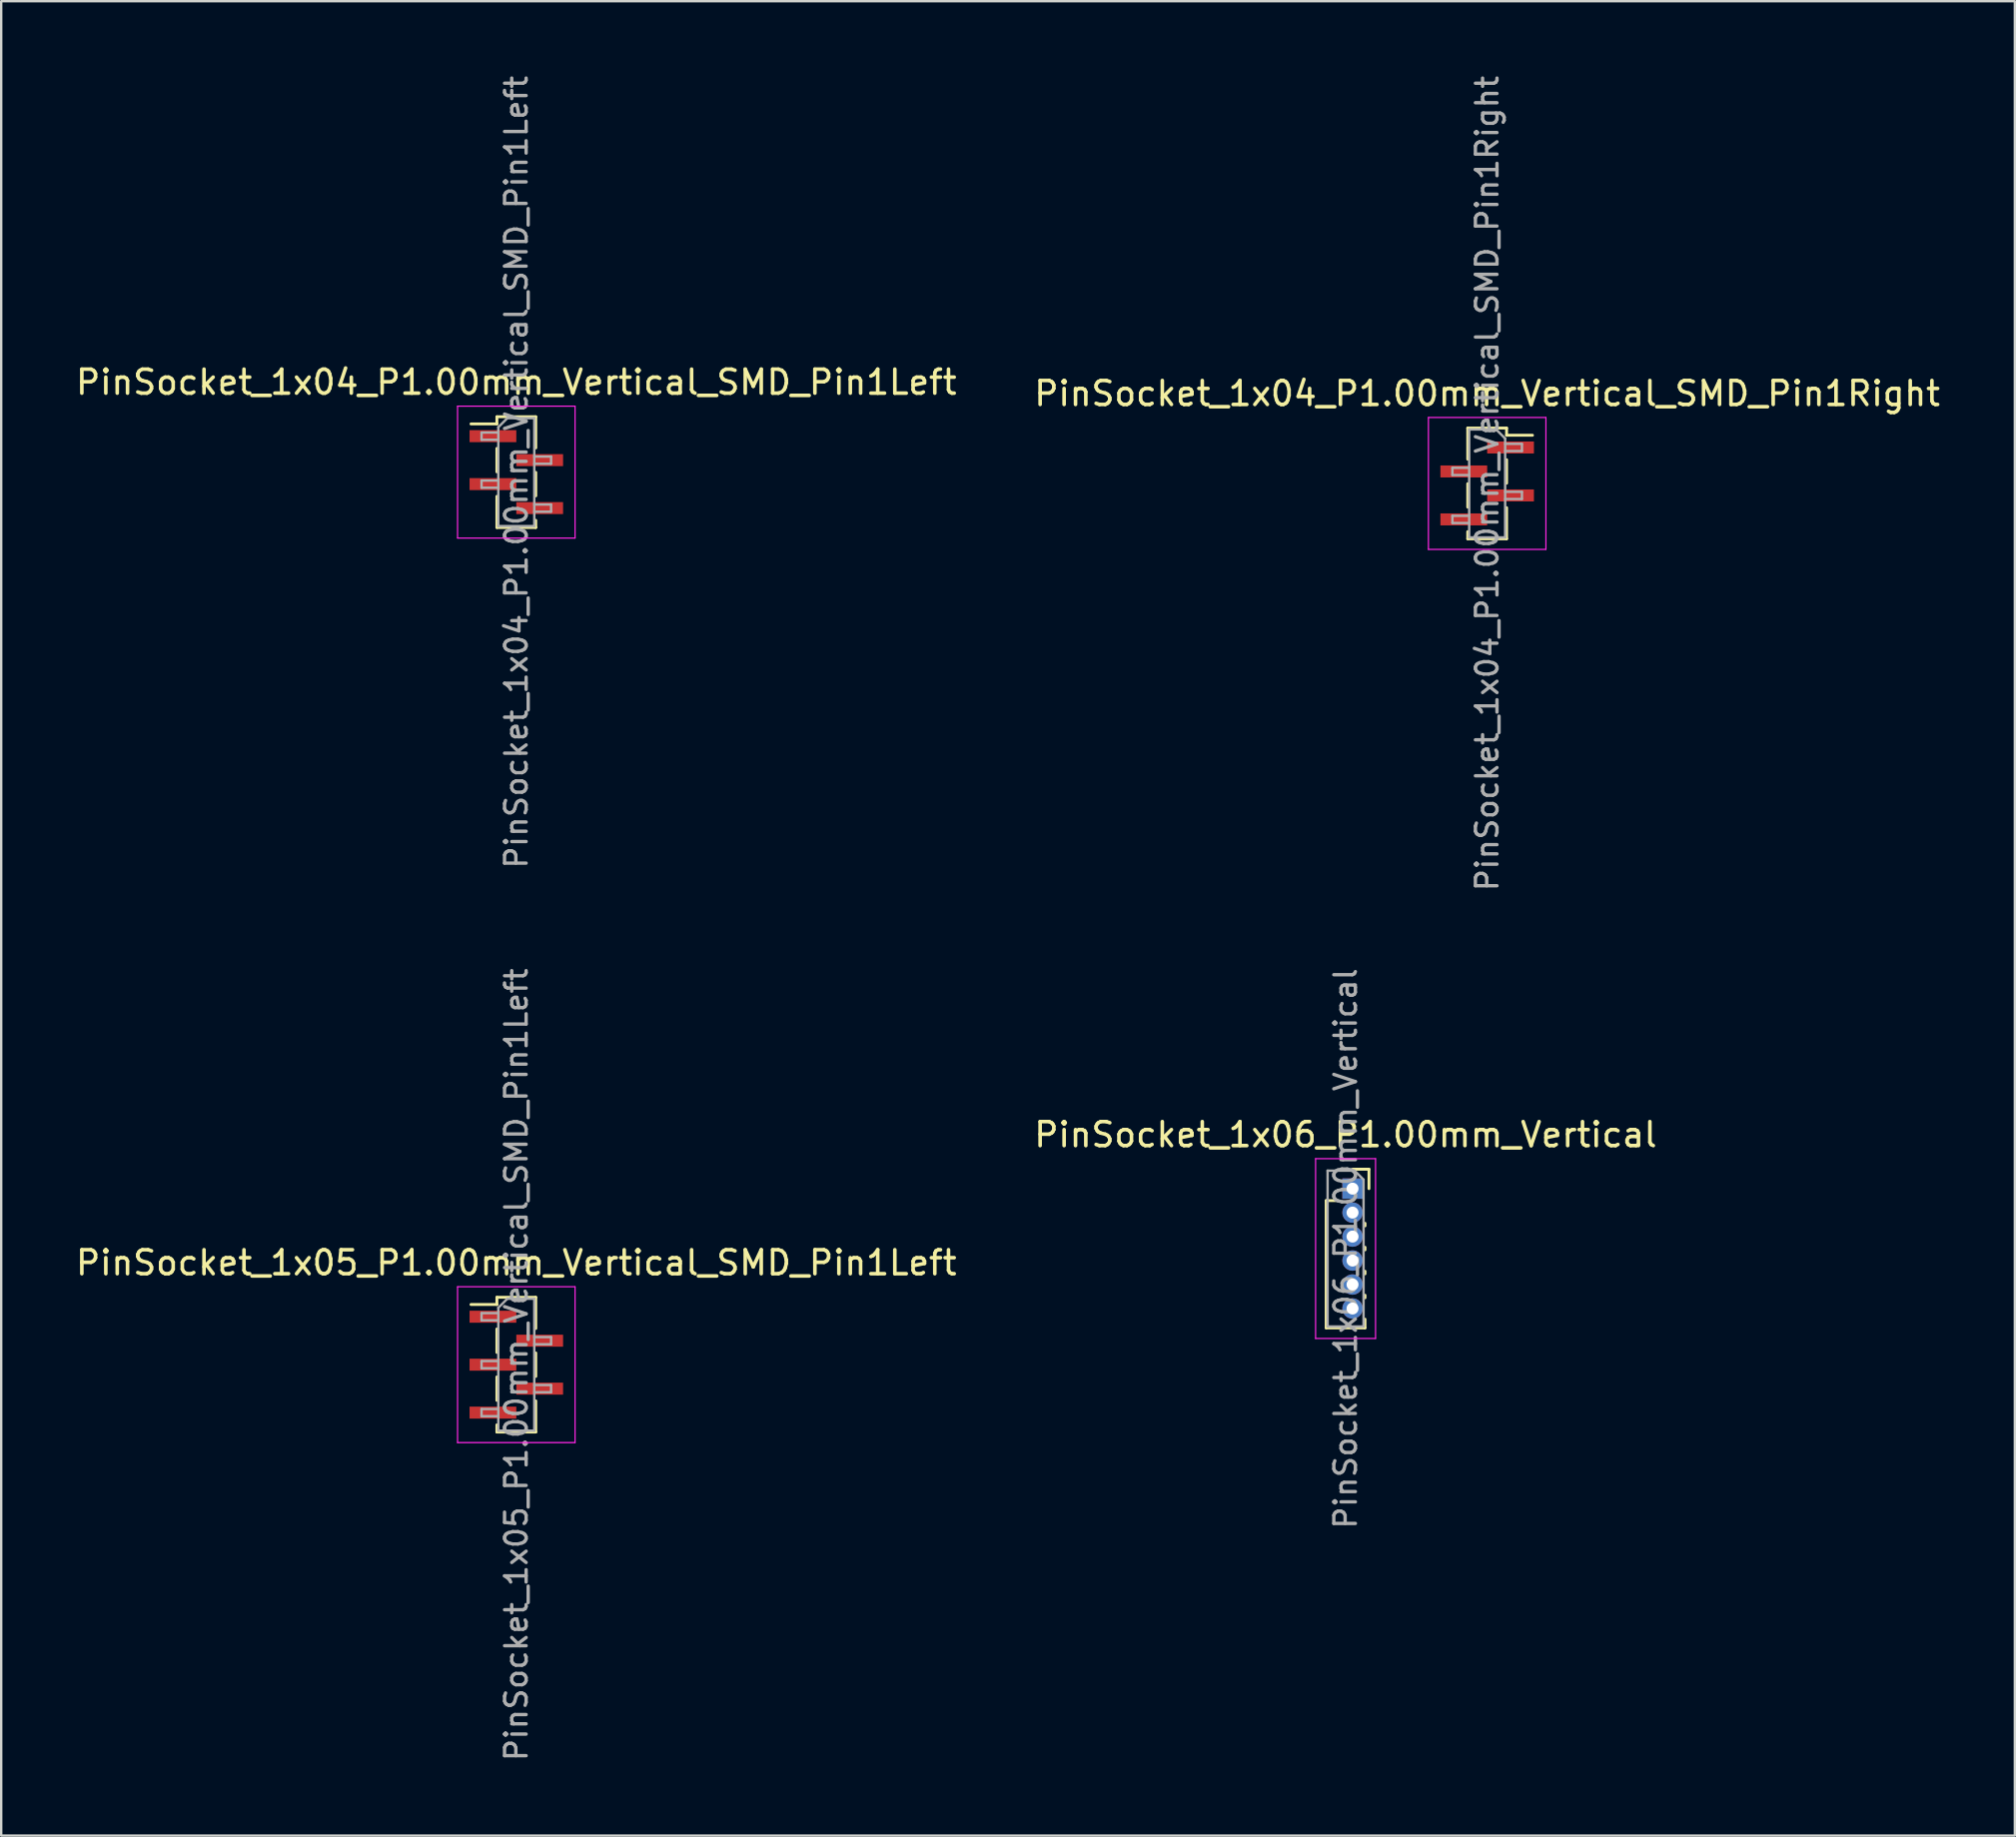
<source format=kicad_pcb>
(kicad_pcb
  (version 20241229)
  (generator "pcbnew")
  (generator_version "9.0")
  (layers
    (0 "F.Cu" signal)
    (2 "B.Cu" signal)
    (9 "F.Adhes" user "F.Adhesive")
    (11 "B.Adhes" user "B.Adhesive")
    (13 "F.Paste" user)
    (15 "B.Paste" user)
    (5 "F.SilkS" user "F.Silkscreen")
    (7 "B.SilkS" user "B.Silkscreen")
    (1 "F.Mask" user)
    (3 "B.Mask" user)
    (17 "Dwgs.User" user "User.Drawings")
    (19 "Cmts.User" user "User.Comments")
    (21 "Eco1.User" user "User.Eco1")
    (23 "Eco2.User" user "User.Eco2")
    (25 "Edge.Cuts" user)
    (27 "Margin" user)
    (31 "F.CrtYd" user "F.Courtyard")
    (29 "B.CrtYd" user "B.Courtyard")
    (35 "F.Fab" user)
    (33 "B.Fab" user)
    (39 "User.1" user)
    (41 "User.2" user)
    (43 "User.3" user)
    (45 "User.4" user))
  (footprint "PinSocket_1x05_P1.00mm_Vertical_SMD_Pin1Left"
    (layer "F.Cu")
    (at 18.482 53.867)
    (property "Reference" "PinSocket_1x05_P1.00mm_Vertical_SMD_Pin1Left" (at 0 -4.25 0) (layer "F.SilkS") (effects (font (size 1 1) (thickness 0.15))))
    (attr smd)
    (fp_line (start -1.89 -2.51) (end -0.81 -2.51) (stroke (width 0.12) (type solid)) (layer "F.SilkS"))
    (fp_line (start -0.81 -2.81) (end -0.81 -2.51) (stroke (width 0.12) (type solid)) (layer "F.SilkS"))
    (fp_line (start -0.81 -2.81) (end 0.81 -2.81) (stroke (width 0.12) (type solid)) (layer "F.SilkS"))
    (fp_line (start -0.81 -1.49) (end -0.81 -0.51) (stroke (width 0.12) (type solid)) (layer "F.SilkS"))
    (fp_line (start -0.81 0.51) (end -0.81 1.49) (stroke (width 0.12) (type solid)) (layer "F.SilkS"))
    (fp_line (start -0.81 2.51) (end -0.81 2.81) (stroke (width 0.12) (type solid)) (layer "F.SilkS"))
    (fp_line (start -0.81 2.81) (end 0.81 2.81) (stroke (width 0.12) (type solid)) (layer "F.SilkS"))
    (fp_line (start 0.81 -2.81) (end 0.81 -1.51) (stroke (width 0.12) (type solid)) (layer "F.SilkS"))
    (fp_line (start 0.81 -0.49) (end 0.81 0.49) (stroke (width 0.12) (type solid)) (layer "F.SilkS"))
    (fp_line (start 0.81 1.51) (end 0.81 2.81) (stroke (width 0.12) (type solid)) (layer "F.SilkS"))
    (fp_line (start -2.45 -3.25) (end 2.45 -3.25) (stroke (width 0.05) (type solid)) (layer "F.CrtYd"))
    (fp_line (start -2.45 3.25) (end -2.45 -3.25) (stroke (width 0.05) (type solid)) (layer "F.CrtYd"))
    (fp_line (start 2.45 -3.25) (end 2.45 3.25) (stroke (width 0.05) (type solid)) (layer "F.CrtYd"))
    (fp_line (start 2.45 3.25) (end -2.45 3.25) (stroke (width 0.05) (type solid)) (layer "F.CrtYd"))
    (fp_line (start -1.45 -2.15) (end -0.75 -2.15) (stroke (width 0.1) (type solid)) (layer "F.Fab"))
    (fp_line (start -1.45 -1.85) (end -1.45 -2.15) (stroke (width 0.1) (type solid)) (layer "F.Fab"))
    (fp_line (start -1.45 -0.15) (end -0.75 -0.15) (stroke (width 0.1) (type solid)) (layer "F.Fab"))
    (fp_line (start -1.45 0.15) (end -1.45 -0.15) (stroke (width 0.1) (type solid)) (layer "F.Fab"))
    (fp_line (start -1.45 1.85) (end -0.75 1.85) (stroke (width 0.1) (type solid)) (layer "F.Fab"))
    (fp_line (start -1.45 2.15) (end -1.45 1.85) (stroke (width 0.1) (type solid)) (layer "F.Fab"))
    (fp_line (start -0.75 -2.375) (end -0.375 -2.75) (stroke (width 0.1) (type solid)) (layer "F.Fab"))
    (fp_line (start -0.75 -1.85) (end -1.45 -1.85) (stroke (width 0.1) (type solid)) (layer "F.Fab"))
    (fp_line (start -0.75 0.15) (end -1.45 0.15) (stroke (width 0.1) (type solid)) (layer "F.Fab"))
    (fp_line (start -0.75 2.15) (end -1.45 2.15) (stroke (width 0.1) (type solid)) (layer "F.Fab"))
    (fp_line (start -0.75 2.75) (end -0.75 -2.375) (stroke (width 0.1) (type solid)) (layer "F.Fab"))
    (fp_line (start -0.375 -2.75) (end 0.75 -2.75) (stroke (width 0.1) (type solid)) (layer "F.Fab"))
    (fp_line (start 0.75 -2.75) (end 0.75 2.75) (stroke (width 0.1) (type solid)) (layer "F.Fab"))
    (fp_line (start 0.75 -1.15) (end 1.45 -1.15) (stroke (width 0.1) (type solid)) (layer "F.Fab"))
    (fp_line (start 0.75 0.85) (end 1.45 0.85) (stroke (width 0.1) (type solid)) (layer "F.Fab"))
    (fp_line (start 0.75 2.75) (end -0.75 2.75) (stroke (width 0.1) (type solid)) (layer "F.Fab"))
    (fp_line (start 1.45 -1.15) (end 1.45 -0.85) (stroke (width 0.1) (type solid)) (layer "F.Fab"))
    (fp_line (start 1.45 -0.85) (end 0.75 -0.85) (stroke (width 0.1) (type solid)) (layer "F.Fab"))
    (fp_line (start 1.45 0.85) (end 1.45 1.15) (stroke (width 0.1) (type solid)) (layer "F.Fab"))
    (fp_line (start 1.45 1.15) (end 0.75 1.15) (stroke (width 0.1) (type solid)) (layer "F.Fab"))
    (fp_text user "${REFERENCE}" (at 0 0 90) (layer "F.Fab") (effects (font (size 0.9 0.9) (thickness 0.14))))
    (pad "1" smd rect (at -0.975 -2) (size 1.95 0.5) (layers "F.Cu" "F.Mask" "F.Paste"))
    (pad "2" smd rect (at 0.975 -1) (size 1.95 0.5) (layers "F.Cu" "F.Mask" "F.Paste"))
    (pad "3" smd rect (at -0.975 0) (size 1.95 0.5) (layers "F.Cu" "F.Mask" "F.Paste"))
    (pad "4" smd rect (at 0.975 1) (size 1.95 0.5) (layers "F.Cu" "F.Mask" "F.Paste"))
    (pad "5" smd rect (at -0.975 2) (size 1.95 0.5) (layers "F.Cu" "F.Mask" "F.Paste")))
  (footprint "PinSocket_1x04_P1.00mm_Vertical_SMD_Pin1Left"
    (layer "F.Cu")
    (at 18.482 16.641)
    (property "Reference" "PinSocket_1x04_P1.00mm_Vertical_SMD_Pin1Left" (at 0 -3.75 0) (layer "F.SilkS") (effects (font (size 1 1) (thickness 0.15))))
    (attr smd)
    (fp_line (start -1.89 -2.01) (end -0.81 -2.01) (stroke (width 0.12) (type solid)) (layer "F.SilkS"))
    (fp_line (start -0.81 -2.31) (end -0.81 -2.01) (stroke (width 0.12) (type solid)) (layer "F.SilkS"))
    (fp_line (start -0.81 -2.31) (end 0.81 -2.31) (stroke (width 0.12) (type solid)) (layer "F.SilkS"))
    (fp_line (start -0.81 -0.99) (end -0.81 -0.01) (stroke (width 0.12) (type solid)) (layer "F.SilkS"))
    (fp_line (start -0.81 1.01) (end -0.81 2.31) (stroke (width 0.12) (type solid)) (layer "F.SilkS"))
    (fp_line (start -0.81 2.31) (end 0.81 2.31) (stroke (width 0.12) (type solid)) (layer "F.SilkS"))
    (fp_line (start 0.81 -2.31) (end 0.81 -1.01) (stroke (width 0.12) (type solid)) (layer "F.SilkS"))
    (fp_line (start 0.81 0.01) (end 0.81 0.99) (stroke (width 0.12) (type solid)) (layer "F.SilkS"))
    (fp_line (start 0.81 2.01) (end 0.81 2.31) (stroke (width 0.12) (type solid)) (layer "F.SilkS"))
    (fp_line (start -2.45 -2.75) (end 2.45 -2.75) (stroke (width 0.05) (type solid)) (layer "F.CrtYd"))
    (fp_line (start -2.45 2.75) (end -2.45 -2.75) (stroke (width 0.05) (type solid)) (layer "F.CrtYd"))
    (fp_line (start 2.45 -2.75) (end 2.45 2.75) (stroke (width 0.05) (type solid)) (layer "F.CrtYd"))
    (fp_line (start 2.45 2.75) (end -2.45 2.75) (stroke (width 0.05) (type solid)) (layer "F.CrtYd"))
    (fp_line (start -1.45 -1.65) (end -0.75 -1.65) (stroke (width 0.1) (type solid)) (layer "F.Fab"))
    (fp_line (start -1.45 -1.35) (end -1.45 -1.65) (stroke (width 0.1) (type solid)) (layer "F.Fab"))
    (fp_line (start -1.45 0.35) (end -0.75 0.35) (stroke (width 0.1) (type solid)) (layer "F.Fab"))
    (fp_line (start -1.45 0.65) (end -1.45 0.35) (stroke (width 0.1) (type solid)) (layer "F.Fab"))
    (fp_line (start -0.75 -1.875) (end -0.375 -2.25) (stroke (width 0.1) (type solid)) (layer "F.Fab"))
    (fp_line (start -0.75 -1.35) (end -1.45 -1.35) (stroke (width 0.1) (type solid)) (layer "F.Fab"))
    (fp_line (start -0.75 0.65) (end -1.45 0.65) (stroke (width 0.1) (type solid)) (layer "F.Fab"))
    (fp_line (start -0.75 2.25) (end -0.75 -1.875) (stroke (width 0.1) (type solid)) (layer "F.Fab"))
    (fp_line (start -0.375 -2.25) (end 0.75 -2.25) (stroke (width 0.1) (type solid)) (layer "F.Fab"))
    (fp_line (start 0.75 -2.25) (end 0.75 2.25) (stroke (width 0.1) (type solid)) (layer "F.Fab"))
    (fp_line (start 0.75 -0.65) (end 1.45 -0.65) (stroke (width 0.1) (type solid)) (layer "F.Fab"))
    (fp_line (start 0.75 1.35) (end 1.45 1.35) (stroke (width 0.1) (type solid)) (layer "F.Fab"))
    (fp_line (start 0.75 2.25) (end -0.75 2.25) (stroke (width 0.1) (type solid)) (layer "F.Fab"))
    (fp_line (start 1.45 -0.65) (end 1.45 -0.35) (stroke (width 0.1) (type solid)) (layer "F.Fab"))
    (fp_line (start 1.45 -0.35) (end 0.75 -0.35) (stroke (width 0.1) (type solid)) (layer "F.Fab"))
    (fp_line (start 1.45 1.35) (end 1.45 1.65) (stroke (width 0.1) (type solid)) (layer "F.Fab"))
    (fp_line (start 1.45 1.65) (end 0.75 1.65) (stroke (width 0.1) (type solid)) (layer "F.Fab"))
    (fp_text user "${REFERENCE}" (at 0 0 90) (layer "F.Fab") (effects (font (size 0.9 0.9) (thickness 0.14))))
    (pad "1" smd rect (at -0.975 -1.5) (size 1.95 0.5) (layers "F.Cu" "F.Mask" "F.Paste"))
    (pad "2" smd rect (at 0.975 -0.5) (size 1.95 0.5) (layers "F.Cu" "F.Mask" "F.Paste"))
    (pad "3" smd rect (at -0.975 0.5) (size 1.95 0.5) (layers "F.Cu" "F.Mask" "F.Paste"))
    (pad "4" smd rect (at 0.975 1.5) (size 1.95 0.5) (layers "F.Cu" "F.Mask" "F.Paste")))
  (footprint "PinSocket_1x04_P1.00mm_Vertical_SMD_Pin1Right"
    (layer "F.Cu")
    (at 58.97 17.113)
    (property "Reference" "PinSocket_1x04_P1.00mm_Vertical_SMD_Pin1Right" (at 0 -3.75 0) (layer "F.SilkS") (effects (font (size 1 1) (thickness 0.15))))
    (attr smd)
    (fp_line (start -0.81 -2.31) (end -0.81 -1.01) (stroke (width 0.12) (type solid)) (layer "F.SilkS"))
    (fp_line (start -0.81 -2.31) (end 0.81 -2.31) (stroke (width 0.12) (type solid)) (layer "F.SilkS"))
    (fp_line (start -0.81 0.01) (end -0.81 0.99) (stroke (width 0.12) (type solid)) (layer "F.SilkS"))
    (fp_line (start -0.81 2.01) (end -0.81 2.31) (stroke (width 0.12) (type solid)) (layer "F.SilkS"))
    (fp_line (start -0.81 2.31) (end 0.81 2.31) (stroke (width 0.12) (type solid)) (layer "F.SilkS"))
    (fp_line (start 0.81 -2.31) (end 0.81 -2.01) (stroke (width 0.12) (type solid)) (layer "F.SilkS"))
    (fp_line (start 0.81 -2.01) (end 1.89 -2.01) (stroke (width 0.12) (type solid)) (layer "F.SilkS"))
    (fp_line (start 0.81 -0.99) (end 0.81 -0.01) (stroke (width 0.12) (type solid)) (layer "F.SilkS"))
    (fp_line (start 0.81 1.01) (end 0.81 2.31) (stroke (width 0.12) (type solid)) (layer "F.SilkS"))
    (fp_line (start -2.45 -2.75) (end 2.45 -2.75) (stroke (width 0.05) (type solid)) (layer "F.CrtYd"))
    (fp_line (start -2.45 2.75) (end -2.45 -2.75) (stroke (width 0.05) (type solid)) (layer "F.CrtYd"))
    (fp_line (start 2.45 -2.75) (end 2.45 2.75) (stroke (width 0.05) (type solid)) (layer "F.CrtYd"))
    (fp_line (start 2.45 2.75) (end -2.45 2.75) (stroke (width 0.05) (type solid)) (layer "F.CrtYd"))
    (fp_line (start -1.45 -0.65) (end -0.75 -0.65) (stroke (width 0.1) (type solid)) (layer "F.Fab"))
    (fp_line (start -1.45 -0.35) (end -1.45 -0.65) (stroke (width 0.1) (type solid)) (layer "F.Fab"))
    (fp_line (start -1.45 1.35) (end -0.75 1.35) (stroke (width 0.1) (type solid)) (layer "F.Fab"))
    (fp_line (start -1.45 1.65) (end -1.45 1.35) (stroke (width 0.1) (type solid)) (layer "F.Fab"))
    (fp_line (start -0.75 -2.25) (end 0.375 -2.25) (stroke (width 0.1) (type solid)) (layer "F.Fab"))
    (fp_line (start -0.75 -0.35) (end -1.45 -0.35) (stroke (width 0.1) (type solid)) (layer "F.Fab"))
    (fp_line (start -0.75 1.65) (end -1.45 1.65) (stroke (width 0.1) (type solid)) (layer "F.Fab"))
    (fp_line (start -0.75 2.25) (end -0.75 -2.25) (stroke (width 0.1) (type solid)) (layer "F.Fab"))
    (fp_line (start 0.375 -2.25) (end 0.75 -1.875) (stroke (width 0.1) (type solid)) (layer "F.Fab"))
    (fp_line (start 0.75 -1.875) (end 0.75 2.25) (stroke (width 0.1) (type solid)) (layer "F.Fab"))
    (fp_line (start 0.75 -1.65) (end 1.45 -1.65) (stroke (width 0.1) (type solid)) (layer "F.Fab"))
    (fp_line (start 0.75 0.35) (end 1.45 0.35) (stroke (width 0.1) (type solid)) (layer "F.Fab"))
    (fp_line (start 0.75 2.25) (end -0.75 2.25) (stroke (width 0.1) (type solid)) (layer "F.Fab"))
    (fp_line (start 1.45 -1.65) (end 1.45 -1.35) (stroke (width 0.1) (type solid)) (layer "F.Fab"))
    (fp_line (start 1.45 -1.35) (end 0.75 -1.35) (stroke (width 0.1) (type solid)) (layer "F.Fab"))
    (fp_line (start 1.45 0.35) (end 1.45 0.65) (stroke (width 0.1) (type solid)) (layer "F.Fab"))
    (fp_line (start 1.45 0.65) (end 0.75 0.65) (stroke (width 0.1) (type solid)) (layer "F.Fab"))
    (fp_text user "${REFERENCE}" (at 0 0 90) (layer "F.Fab") (effects (font (size 0.9 0.9) (thickness 0.14))))
    (pad "1" smd rect (at 0.975 -1.5) (size 1.95 0.5) (layers "F.Cu" "F.Mask" "F.Paste"))
    (pad "2" smd rect (at -0.975 -0.5) (size 1.95 0.5) (layers "F.Cu" "F.Mask" "F.Paste"))
    (pad "3" smd rect (at 0.975 0.5) (size 1.95 0.5) (layers "F.Cu" "F.Mask" "F.Paste"))
    (pad "4" smd rect (at -0.975 1.5) (size 1.95 0.5) (layers "F.Cu" "F.Mask" "F.Paste")))
  (footprint "PinSocket_1x06_P1.00mm_Vertical"
    (layer "F.Cu")
    (at 53.355 46.524)
    (property "Reference" "PinSocket_1x06_P1.00mm_Vertical" (at -0.29 -2.25 0) (layer "F.SilkS") (effects (font (size 1 1) (thickness 0.15))))
    (attr through_hole)
    (fp_line (start -1.1 0.5) (end -1.1 5.81) (stroke (width 0.12) (type solid)) (layer "F.SilkS"))
    (fp_line (start -1.1 0.5) (end -0.685 0.5) (stroke (width 0.12) (type solid)) (layer "F.SilkS"))
    (fp_line (start -1.1 5.81) (end 0.52 5.81) (stroke (width 0.12) (type solid)) (layer "F.SilkS"))
    (fp_line (start 0 -0.81) (end 0.685 -0.81) (stroke (width 0.12) (type solid)) (layer "F.SilkS"))
    (fp_line (start 0.52 1.446) (end 0.52 1.554) (stroke (width 0.12) (type solid)) (layer "F.SilkS"))
    (fp_line (start 0.52 2.446) (end 0.52 2.554) (stroke (width 0.12) (type solid)) (layer "F.SilkS"))
    (fp_line (start 0.52 3.446) (end 0.52 3.554) (stroke (width 0.12) (type solid)) (layer "F.SilkS"))
    (fp_line (start 0.52 4.446) (end 0.52 4.554) (stroke (width 0.12) (type solid)) (layer "F.SilkS"))
    (fp_line (start 0.52 5.446) (end 0.52 5.81) (stroke (width 0.12) (type solid)) (layer "F.SilkS"))
    (fp_line (start 0.685 -0.81) (end 0.685 0) (stroke (width 0.12) (type solid)) (layer "F.SilkS"))
    (fp_line (start -1.54 -1.25) (end 0.96 -1.25) (stroke (width 0.05) (type solid)) (layer "F.CrtYd"))
    (fp_line (start -1.54 6.25) (end -1.54 -1.25) (stroke (width 0.05) (type solid)) (layer "F.CrtYd"))
    (fp_line (start 0.96 -1.25) (end 0.96 6.25) (stroke (width 0.05) (type solid)) (layer "F.CrtYd"))
    (fp_line (start 0.96 6.25) (end -1.54 6.25) (stroke (width 0.05) (type solid)) (layer "F.CrtYd"))
    (fp_line (start -1.04 -0.75) (end 0.085 -0.75) (stroke (width 0.1) (type solid)) (layer "F.Fab"))
    (fp_line (start -1.04 5.75) (end -1.04 -0.75) (stroke (width 0.1) (type solid)) (layer "F.Fab"))
    (fp_line (start 0.085 -0.75) (end 0.46 -0.375) (stroke (width 0.1) (type solid)) (layer "F.Fab"))
    (fp_line (start 0.46 -0.375) (end 0.46 5.75) (stroke (width 0.1) (type solid)) (layer "F.Fab"))
    (fp_line (start 0.46 5.75) (end -1.04 5.75) (stroke (width 0.1) (type solid)) (layer "F.Fab"))
    (fp_text user "${REFERENCE}" (at -0.29 2.5 90) (layer "F.Fab") (effects (font (size 0.9 0.9) (thickness 0.14))))
    (pad "1" thru_hole rect (at 0 0) (size 0.85 0.85) (drill 0.5) (layers "*.Cu" "*.Mask"))
    (pad "2" thru_hole oval (at 0 1) (size 0.85 0.85) (drill 0.5) (layers "*.Cu" "*.Mask"))
    (pad "3" thru_hole oval (at 0 2) (size 0.85 0.85) (drill 0.5) (layers "*.Cu" "*.Mask"))
    (pad "4" thru_hole oval (at 0 3) (size 0.85 0.85) (drill 0.5) (layers "*.Cu" "*.Mask"))
    (pad "5" thru_hole oval (at 0 4) (size 0.85 0.85) (drill 0.5) (layers "*.Cu" "*.Mask"))
    (pad "6" thru_hole oval (at 0 5) (size 0.85 0.85) (drill 0.5) (layers "*.Cu" "*.Mask")))
  (gr_rect
    (start -3 -3)
    (end 80.976 73.509)
    (stroke (width 0.1) (type default))
    (fill no)
    (layer "Edge.Cuts")))
</source>
